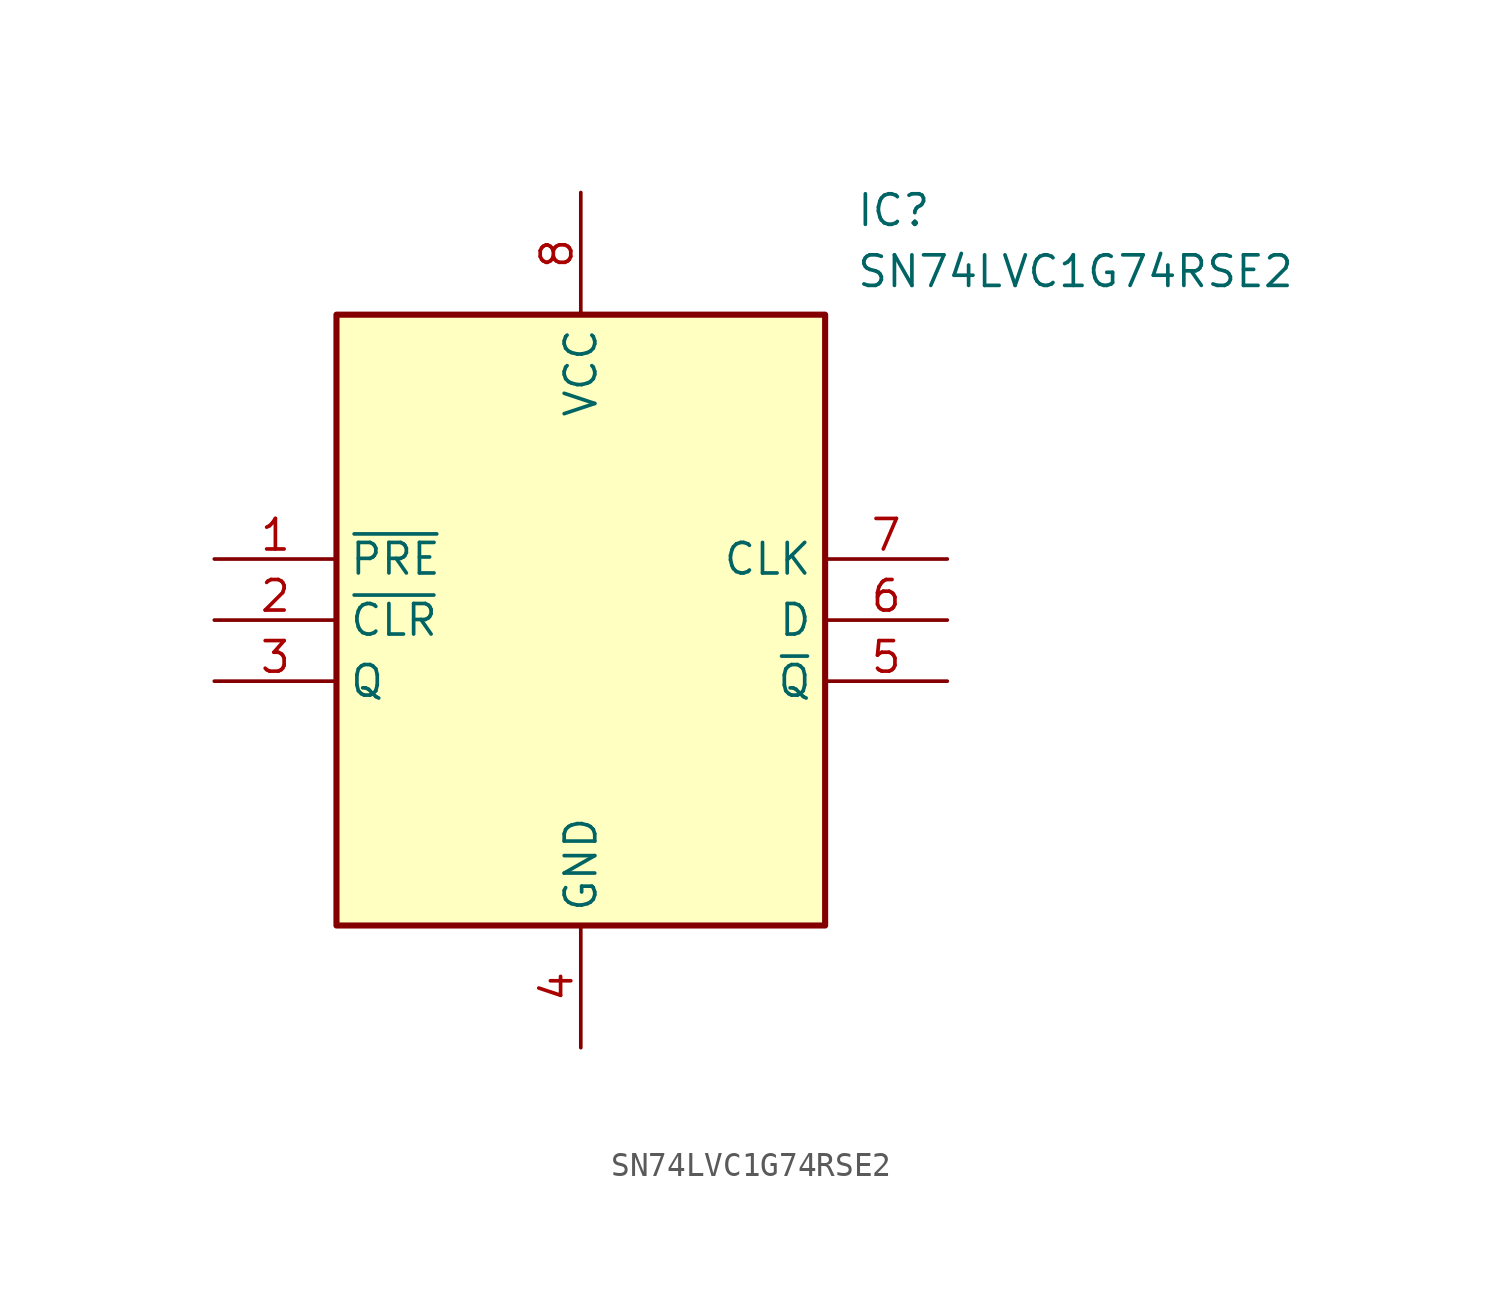
<source format=kicad_sym>
(kicad_symbol_lib
  (version 20211014)
  (generator SamacSys_ECAD_Model)
  (symbol "SN74LVC1G74RSE2"
    (property "Reference" "IC"
      (at 26.67 15.24 0)
      (effects (font (size 1.27 1.27)) (justify left top)))
    (property "Value" "SN74LVC1G74RSE2"
      (at 26.67 12.7 0)
      (effects (font (size 1.27 1.27)) (justify left top)))
    (rectangle
      (start 5.08 10.16)
      (end 25.4 -15.24)
      (stroke (width 0.254) (type default))
      (fill (type background)))
    (pin passive line
      (at 0 0 0)
      (length 5.08)
      (name "~{PRE}" (effects (font (size 1.27 1.27))))
      (number "1" (effects (font (size 1.27 1.27)))))
    (pin passive line
      (at 0 -2.54 0)
      (length 5.08)
      (name "~{CLR}" (effects (font (size 1.27 1.27))))
      (number "2" (effects (font (size 1.27 1.27)))))
    (pin passive line
      (at 0 -5.08 0)
      (length 5.08)
      (name "Q" (effects (font (size 1.27 1.27))))
      (number "3" (effects (font (size 1.27 1.27)))))
    (pin passive line
      (at 15.24 -20.32 90)
      (length 5.08)
      (name "GND" (effects (font (size 1.27 1.27))))
      (number "4" (effects (font (size 1.27 1.27)))))
    (pin passive line
      (at 30.48 -5.08 180)
      (length 5.08)
      (name "~{Q}" (effects (font (size 1.27 1.27))))
      (number "5" (effects (font (size 1.27 1.27)))))
    (pin passive line
      (at 30.48 -2.54 180)
      (length 5.08)
      (name "D" (effects (font (size 1.27 1.27))))
      (number "6" (effects (font (size 1.27 1.27)))))
    (pin passive line
      (at 30.48 0 180)
      (length 5.08)
      (name "CLK" (effects (font (size 1.27 1.27))))
      (number "7" (effects (font (size 1.27 1.27)))))
    (pin passive line
      (at 15.24 15.24 270)
      (length 5.08)
      (name "VCC" (effects (font (size 1.27 1.27))))
      (number "8" (effects (font (size 1.27 1.27)))))))
</source>
